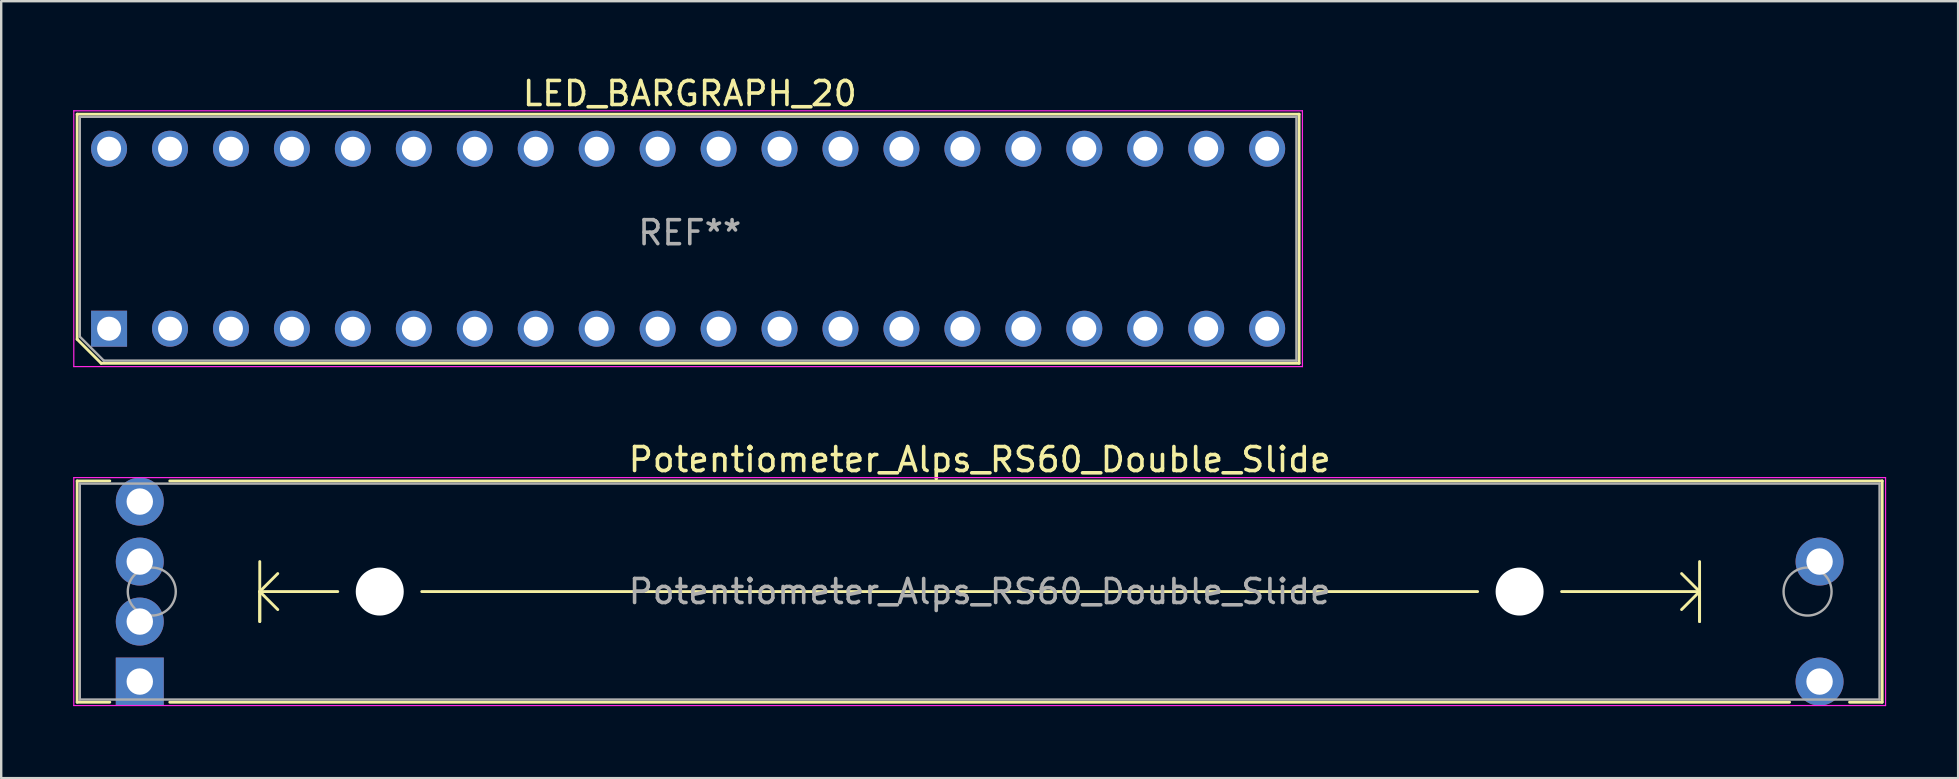
<source format=kicad_pcb>
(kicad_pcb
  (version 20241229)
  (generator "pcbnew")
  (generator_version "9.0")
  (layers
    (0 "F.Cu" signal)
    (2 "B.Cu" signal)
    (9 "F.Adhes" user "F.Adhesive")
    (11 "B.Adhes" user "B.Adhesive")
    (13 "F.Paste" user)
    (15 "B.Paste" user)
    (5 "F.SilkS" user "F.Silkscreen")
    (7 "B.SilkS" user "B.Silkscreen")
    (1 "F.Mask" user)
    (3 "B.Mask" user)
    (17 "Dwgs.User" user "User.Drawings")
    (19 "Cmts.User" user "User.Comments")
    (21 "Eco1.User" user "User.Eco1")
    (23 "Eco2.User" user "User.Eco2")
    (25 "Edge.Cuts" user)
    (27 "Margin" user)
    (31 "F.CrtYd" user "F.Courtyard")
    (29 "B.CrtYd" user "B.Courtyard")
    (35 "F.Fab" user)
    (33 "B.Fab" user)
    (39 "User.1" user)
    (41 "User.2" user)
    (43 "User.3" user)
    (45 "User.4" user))
  (footprint "LED_BARGRAPH_20"
    (layer "F.Cu")
    (at 1.495 10.648)
    (property "Reference" "LED_BARGRAPH_20" (at 24.2 -9.8 180) (layer "F.SilkS") (effects (font (size 1 1) (thickness 0.15))))
    (attr through_hole)
    (fp_line (start -1.33 -8.94) (end 49.59 -8.94) (stroke (width 0.12) (type solid)) (layer "F.SilkS"))
    (fp_line (start -1.33 0.44) (end -1.33 -8.94) (stroke (width 0.12) (type solid)) (layer "F.SilkS"))
    (fp_line (start -1.33 0.44) (end -0.33 1.44) (stroke (width 0.12) (type solid)) (layer "F.SilkS"))
    (fp_line (start -0.33 1.44) (end 49.59 1.44) (stroke (width 0.12) (type solid)) (layer "F.SilkS"))
    (fp_line (start 49.59 -8.94) (end 49.59 1.44) (stroke (width 0.12) (type solid)) (layer "F.SilkS"))
    (fp_line (start -1.47 -9.08) (end 49.73 -9.08) (stroke (width 0.05) (type solid)) (layer "F.CrtYd"))
    (fp_line (start -1.47 1.58) (end -1.47 -9.08) (stroke (width 0.05) (type solid)) (layer "F.CrtYd"))
    (fp_line (start -1.47 1.58) (end 49.73 1.58) (stroke (width 0.05) (type solid)) (layer "F.CrtYd"))
    (fp_line (start 49.73 -9.08) (end 49.73 1.58) (stroke (width 0.05) (type solid)) (layer "F.CrtYd"))
    (fp_line (start -1.22 -8.83) (end 49.48 -8.83) (stroke (width 0.1) (type solid)) (layer "F.Fab"))
    (fp_line (start -1.22 0.33) (end -1.22 -8.83) (stroke (width 0.1) (type solid)) (layer "F.Fab"))
    (fp_line (start -1.22 0.33) (end -0.22 1.33) (stroke (width 0.1) (type solid)) (layer "F.Fab"))
    (fp_line (start -0.22 1.33) (end 49.48 1.33) (stroke (width 0.1) (type solid)) (layer "F.Fab"))
    (fp_line (start 49.48 -8.83) (end 49.48 1.33) (stroke (width 0.1) (type solid)) (layer "F.Fab"))
    (fp_text user "REF**" (at 24.2 -4 0) (layer "F.Fab") (effects (font (size 1 1) (thickness 0.15))))
    (pad "1" thru_hole rect (at 0 0) (size 1.5 1.5) (drill 1) (layers "*.Cu" "*.Mask"))
    (pad "2" thru_hole circle (at 2.54 0) (size 1.5 1.5) (drill 1) (layers "*.Cu" "*.Mask"))
    (pad "3" thru_hole circle (at 5.08 0) (size 1.5 1.5) (drill 1) (layers "*.Cu" "*.Mask"))
    (pad "4" thru_hole circle (at 7.62 0) (size 1.5 1.5) (drill 1) (layers "*.Cu" "*.Mask"))
    (pad "5" thru_hole circle (at 10.16 0) (size 1.5 1.5) (drill 1) (layers "*.Cu" "*.Mask"))
    (pad "6" thru_hole circle (at 12.7 0) (size 1.5 1.5) (drill 1) (layers "*.Cu" "*.Mask"))
    (pad "7" thru_hole circle (at 15.24 0) (size 1.5 1.5) (drill 1) (layers "*.Cu" "*.Mask"))
    (pad "8" thru_hole circle (at 17.78 0) (size 1.5 1.5) (drill 1) (layers "*.Cu" "*.Mask"))
    (pad "9" thru_hole circle (at 20.32 0) (size 1.5 1.5) (drill 1) (layers "*.Cu" "*.Mask"))
    (pad "10" thru_hole circle (at 22.86 0) (size 1.5 1.5) (drill 1) (layers "*.Cu" "*.Mask"))
    (pad "11" thru_hole circle (at 25.4 0) (size 1.5 1.5) (drill 1) (layers "*.Cu" "*.Mask"))
    (pad "12" thru_hole circle (at 27.94 0) (size 1.5 1.5) (drill 1) (layers "*.Cu" "*.Mask"))
    (pad "13" thru_hole circle (at 30.48 0) (size 1.5 1.5) (drill 1) (layers "*.Cu" "*.Mask"))
    (pad "14" thru_hole circle (at 33.02 0) (size 1.5 1.5) (drill 1) (layers "*.Cu" "*.Mask"))
    (pad "15" thru_hole circle (at 35.56 0) (size 1.5 1.5) (drill 1) (layers "*.Cu" "*.Mask"))
    (pad "16" thru_hole circle (at 38.1 0) (size 1.5 1.5) (drill 1) (layers "*.Cu" "*.Mask"))
    (pad "17" thru_hole circle (at 40.64 0) (size 1.5 1.5) (drill 1) (layers "*.Cu" "*.Mask"))
    (pad "18" thru_hole circle (at 43.18 0) (size 1.5 1.5) (drill 1) (layers "*.Cu" "*.Mask"))
    (pad "19" thru_hole circle (at 45.72 0) (size 1.5 1.5) (drill 1) (layers "*.Cu" "*.Mask"))
    (pad "20" thru_hole circle (at 48.26 0) (size 1.5 1.5) (drill 1) (layers "*.Cu" "*.Mask"))
    (pad "21" thru_hole circle (at 48.26 -7.5) (size 1.5 1.5) (drill 1) (layers "*.Cu" "*.Mask"))
    (pad "22" thru_hole circle (at 45.72 -7.5) (size 1.5 1.5) (drill 1) (layers "*.Cu" "*.Mask"))
    (pad "23" thru_hole circle (at 43.18 -7.5) (size 1.5 1.5) (drill 1) (layers "*.Cu" "*.Mask"))
    (pad "24" thru_hole circle (at 40.64 -7.5) (size 1.5 1.5) (drill 1) (layers "*.Cu" "*.Mask"))
    (pad "25" thru_hole circle (at 38.1 -7.5) (size 1.5 1.5) (drill 1) (layers "*.Cu" "*.Mask"))
    (pad "26" thru_hole circle (at 35.56 -7.5) (size 1.5 1.5) (drill 1) (layers "*.Cu" "*.Mask"))
    (pad "27" thru_hole circle (at 33.02 -7.5) (size 1.5 1.5) (drill 1) (layers "*.Cu" "*.Mask"))
    (pad "28" thru_hole circle (at 30.48 -7.5) (size 1.5 1.5) (drill 1) (layers "*.Cu" "*.Mask"))
    (pad "29" thru_hole circle (at 27.94 -7.5) (size 1.5 1.5) (drill 1) (layers "*.Cu" "*.Mask"))
    (pad "30" thru_hole circle (at 25.4 -7.5) (size 1.5 1.5) (drill 1) (layers "*.Cu" "*.Mask"))
    (pad "31" thru_hole circle (at 22.86 -7.5) (size 1.5 1.5) (drill 1) (layers "*.Cu" "*.Mask"))
    (pad "32" thru_hole circle (at 20.32 -7.5) (size 1.5 1.5) (drill 1) (layers "*.Cu" "*.Mask"))
    (pad "33" thru_hole circle (at 17.78 -7.5) (size 1.5 1.5) (drill 1) (layers "*.Cu" "*.Mask"))
    (pad "34" thru_hole circle (at 15.24 -7.5) (size 1.5 1.5) (drill 1) (layers "*.Cu" "*.Mask"))
    (pad "35" thru_hole circle (at 12.7 -7.5) (size 1.5 1.5) (drill 1) (layers "*.Cu" "*.Mask"))
    (pad "36" thru_hole circle (at 10.16 -7.5) (size 1.5 1.5) (drill 1) (layers "*.Cu" "*.Mask"))
    (pad "37" thru_hole circle (at 7.62 -7.5) (size 1.5 1.5) (drill 1) (layers "*.Cu" "*.Mask"))
    (pad "38" thru_hole circle (at 5.08 -7.5) (size 1.5 1.5) (drill 1) (layers "*.Cu" "*.Mask"))
    (pad "39" thru_hole circle (at 2.54 -7.5) (size 1.5 1.5) (drill 1) (layers "*.Cu" "*.Mask"))
    (pad "40" thru_hole circle (at 0 -7.5) (size 1.5 1.5) (drill 1) (layers "*.Cu" "*.Mask")))
  (footprint "Potentiometer_Alps_RS60_Double_Slide"
    (layer "F.Cu")
    (at 2.775 25.352)
    (property "Reference" "Potentiometer_Alps_RS60_Double_Slide" (at 35 -9.25 0) (layer "F.SilkS") (effects (font (size 1 1) (thickness 0.15))))
    (attr through_hole)
    (fp_line (start -2.61 -8.36) (end -2.61 0.86) (stroke (width 0.12) (type solid)) (layer "F.SilkS"))
    (fp_line (start -2.61 -8.36) (end -1.25 -8.36) (stroke (width 0.12) (type solid)) (layer "F.SilkS"))
    (fp_line (start -2.61 0.86) (end -1.25 0.86) (stroke (width 0.12) (type solid)) (layer "F.SilkS"))
    (fp_line (start 1.25 0.86) (end 68.75 0.86) (stroke (width 0.12) (type solid)) (layer "F.SilkS"))
    (fp_line (start 5 -5) (end 5 -2.5) (stroke (width 0.12) (type solid)) (layer "F.SilkS"))
    (fp_line (start 5 -3.75) (end 5.75 -4.5) (stroke (width 0.12) (type solid)) (layer "F.SilkS"))
    (fp_line (start 5 -3.75) (end 5.75 -3) (stroke (width 0.12) (type solid)) (layer "F.SilkS"))
    (fp_line (start 5 -3.75) (end 8.25 -3.75) (stroke (width 0.12) (type solid)) (layer "F.SilkS"))
    (fp_line (start 5 -2.5) (end 5 -3.75) (stroke (width 0.12) (type solid)) (layer "F.SilkS"))
    (fp_line (start 11.75 -3.75) (end 55.75 -3.75) (stroke (width 0.12) (type solid)) (layer "F.SilkS"))
    (fp_line (start 59.25 -3.75) (end 65 -3.75) (stroke (width 0.12) (type solid)) (layer "F.SilkS"))
    (fp_line (start 65 -5) (end 65 -2.5) (stroke (width 0.12) (type solid)) (layer "F.SilkS"))
    (fp_line (start 65 -3.75) (end 64.25 -4.5) (stroke (width 0.12) (type solid)) (layer "F.SilkS"))
    (fp_line (start 65 -3.75) (end 64.25 -3) (stroke (width 0.12) (type solid)) (layer "F.SilkS"))
    (fp_line (start 65 -2.5) (end 65 -3.75) (stroke (width 0.12) (type solid)) (layer "F.SilkS"))
    (fp_line (start 71.25 0.86) (end 72.61 0.86) (stroke (width 0.12) (type solid)) (layer "F.SilkS"))
    (fp_line (start 72.61 -8.36) (end 1.25 -8.36) (stroke (width 0.12) (type solid)) (layer "F.SilkS"))
    (fp_line (start 72.61 0.86) (end 72.61 -8.36) (stroke (width 0.12) (type solid)) (layer "F.SilkS"))
    (fp_line (start -2.75 -8.5) (end 72.75 -8.5) (stroke (width 0.05) (type solid)) (layer "F.CrtYd"))
    (fp_line (start -2.75 1) (end -2.75 -8.5) (stroke (width 0.05) (type solid)) (layer "F.CrtYd"))
    (fp_line (start 72.75 -8.5) (end 72.75 1) (stroke (width 0.05) (type solid)) (layer "F.CrtYd"))
    (fp_line (start 72.75 1) (end -2.75 1) (stroke (width 0.05) (type solid)) (layer "F.CrtYd"))
    (fp_line (start -2.5 -8.25) (end 72.5 -8.25) (stroke (width 0.1) (type solid)) (layer "F.Fab"))
    (fp_line (start -2.5 0.75) (end -2.5 -8.25) (stroke (width 0.1) (type solid)) (layer "F.Fab"))
    (fp_line (start 72.5 -8.25) (end 72.5 0.75) (stroke (width 0.1) (type solid)) (layer "F.Fab"))
    (fp_line (start 72.5 0.75) (end -2.5 0.75) (stroke (width 0.1) (type solid)) (layer "F.Fab"))
    (fp_circle (center 0.5 -3.75) (end 1.5 -3.75) (stroke (width 0.1) (type solid)) (fill no) (layer "F.Fab"))
    (fp_circle (center 69.5 -3.75) (end 70.5 -3.75) (stroke (width 0.1) (type solid)) (fill no) (layer "F.Fab"))
    (fp_text user "${REFERENCE}" (at 35 -3.75 0) (layer "F.Fab") (effects (font (size 1 1) (thickness 0.15))))
    (pad "" np_thru_hole circle (at 10 -3.75) (size 2 2) (drill 2) (layers "*.Cu" "*.Mask"))
    (pad "" np_thru_hole circle (at 57.5 -3.75) (size 2 2) (drill 2) (layers "*.Cu" "*.Mask"))
    (pad "1" thru_hole rect (at 0 0) (size 2 2) (drill 1.1) (layers "*.Cu" "*.Mask"))
    (pad "2" thru_hole circle (at 0 -2.5) (size 2 2) (drill 1.1) (layers "*.Cu" "*.Mask"))
    (pad "3" thru_hole circle (at 70 0) (size 2 2) (drill 1.1) (layers "*.Cu" "*.Mask"))
    (pad "4" thru_hole circle (at 0 -5) (size 2 2) (drill 1.1) (layers "*.Cu" "*.Mask"))
    (pad "5" thru_hole circle (at 0 -7.5) (size 2 2) (drill 1.1) (layers "*.Cu" "*.Mask"))
    (pad "6" thru_hole circle (at 70 -5) (size 2 2) (drill 1.1) (layers "*.Cu" "*.Mask")))
  (gr_rect
    (start -3 -3)
    (end 78.55 29.377)
    (stroke (width 0.1) (type default))
    (fill no)
    (layer "Edge.Cuts")))
</source>
